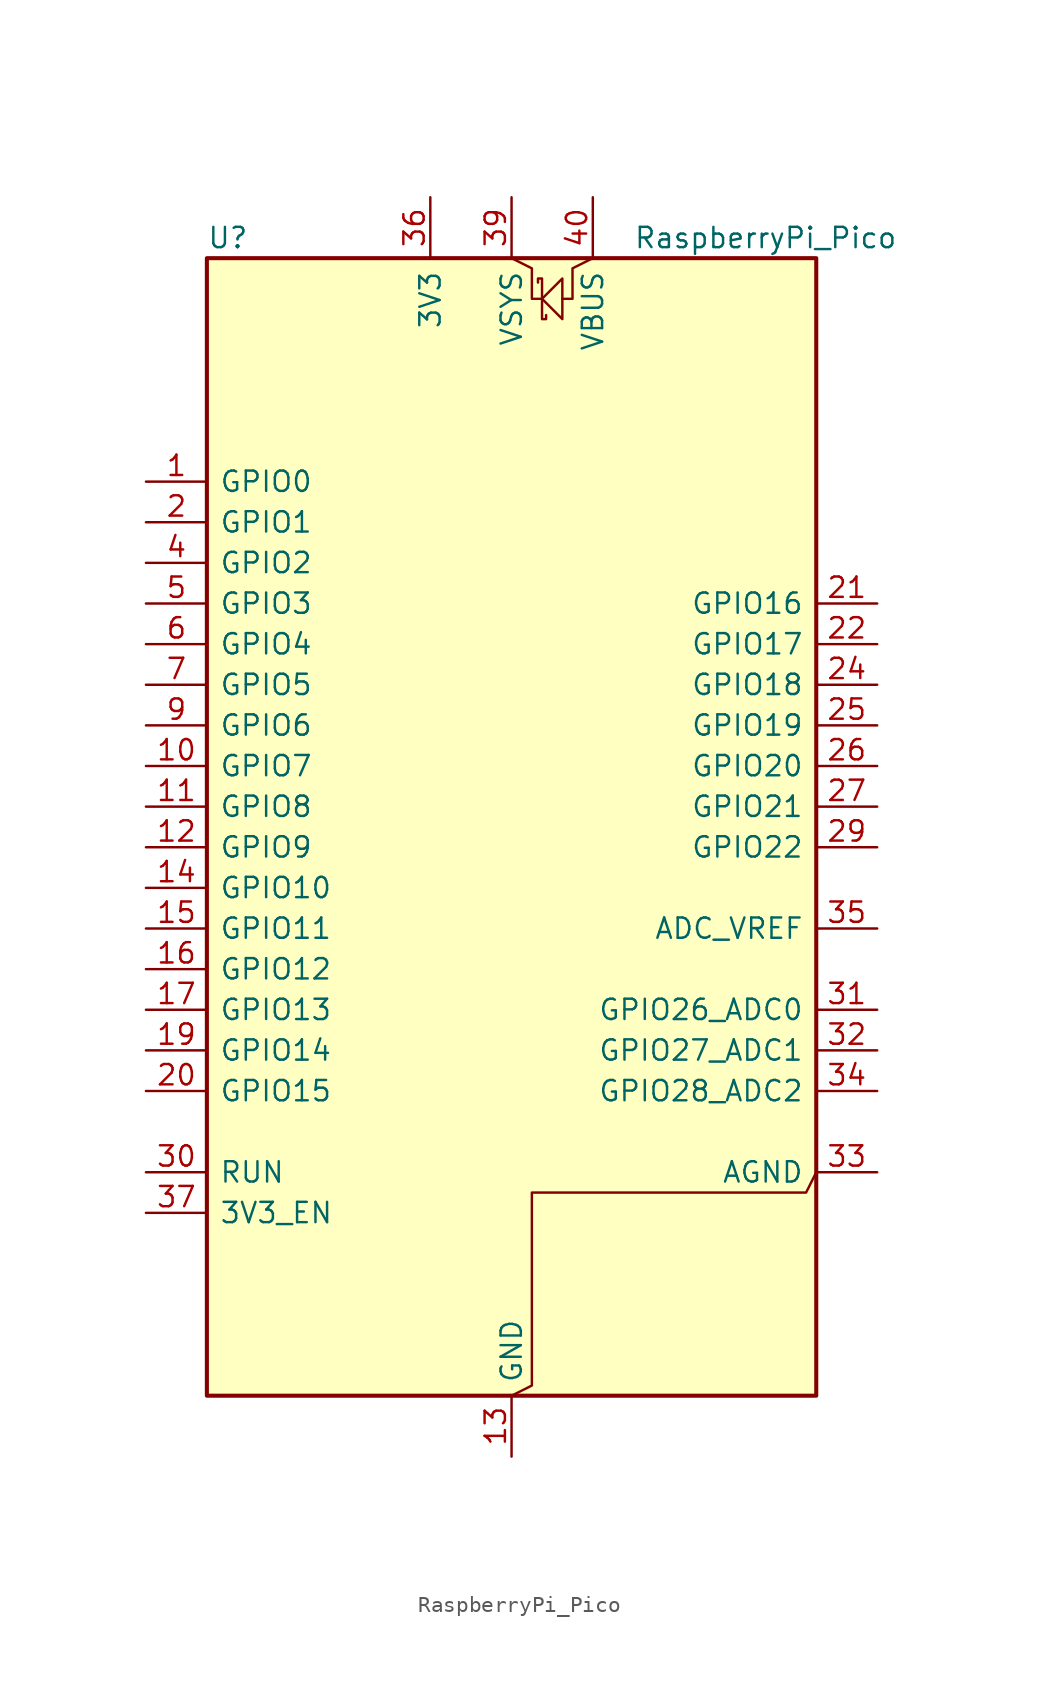
<source format=kicad_sym>
(kicad_symbol_lib
  (version 20220914)
  (generator kicad_symbol_editor)
  (symbol "RaspberryPi_Pico"
    (pin_names
      (offset 0.762))
    (property "Reference" "U"
      (at -19.05 38.1 0)
      (effects (font (size 1.27 1.27)) (justify left)))
    (property "Value" "RaspberryPi_Pico"
      (at 7.62 38.1 0)
      (effects (font (size 1.27 1.27)) (justify left)))
    (symbol "RaspberryPi_Pico_0_1"
      (rectangle (start -19.05 36.83) (end 19.05 -34.29) (stroke (width 0.254) (type default)) (fill (type background)))
      (polyline (pts (xy 0 36.83) (xy 1.27 36.195) (xy 1.27 34.29) (xy 1.905 34.29)) (stroke (width 0) (type default)) (fill (type none)))
      (polyline (pts (xy 1.905 34.29) (xy 3.175 35.56) (xy 3.175 33.02) (xy 1.905 34.29)) (stroke (width 0) (type default)) (fill (type none)))
      (polyline (pts (xy 5.08 36.83) (xy 3.81 36.195) (xy 3.81 34.29) (xy 3.175 34.29)) (stroke (width 0) (type default)) (fill (type none)))
      (polyline (pts (xy 0 -34.29) (xy 1.27 -33.655) (xy 1.27 -21.59) (xy 18.415 -21.59) (xy 19.05 -20.32)) (stroke (width 0) (type default)) (fill (type none)))
      (polyline (pts (xy 1.651 35.306) (xy 1.651 35.56) (xy 1.905 35.56) (xy 1.905 33.02) (xy 2.159 33.02) (xy 2.159 33.274)) (stroke (width 0) (type default)) (fill (type none))))
    (symbol "RaspberryPi_Pico_1_1"
      (pin bidirectional line (at -22.86 22.86 0) (length 3.81) (name "GPIO0" (effects (font (size 1.27 1.27)))) (number "1" (effects (font (size 1.27 1.27)))) (alternate "I2C0_SDA" bidirectional line) (alternate "PWM0_A" output line) (alternate "SPI0_RX" input line) (alternate "UART0_TX" output line) (alternate "USB_OVCUR_DET" input line))
      (pin bidirectional line (at -22.86 5.08 0) (length 3.81) (name "GPIO7" (effects (font (size 1.27 1.27)))) (number "10" (effects (font (size 1.27 1.27)))) (alternate "I2C1_SCL" bidirectional clock) (alternate "PWM3_B" bidirectional line) (alternate "SPI0_TX" output line) (alternate "UART1_RTS" output line) (alternate "USB_VBUS_DET" input line))
      (pin bidirectional line (at -22.86 2.54 0) (length 3.81) (name "GPIO8" (effects (font (size 1.27 1.27)))) (number "11" (effects (font (size 1.27 1.27)))) (alternate "I2C0_SDA" bidirectional line) (alternate "PWM4_A" output line) (alternate "SPI1_RX" input line) (alternate "UART1_TX" output line) (alternate "USB_VBUS_EN" output line))
      (pin bidirectional line (at -22.86 0 0) (length 3.81) (name "GPIO9" (effects (font (size 1.27 1.27)))) (number "12" (effects (font (size 1.27 1.27)))) (alternate "I2C0_SCL" bidirectional clock) (alternate "PWM4_B" bidirectional line) (alternate "UART1_RX" input line) (alternate "USB_OVCUR_DET" input line) (alternate "~{SPI1_CSn}" bidirectional line))
      (pin power_out line (at 0 -38.1 90) (length 3.81) (name "GND" (effects (font (size 1.27 1.27)))) (number "13" (effects (font (size 1.27 1.27)))) (alternate "GND_IN" power_in line))
      (pin bidirectional line (at -22.86 -2.54 0) (length 3.81) (name "GPIO10" (effects (font (size 1.27 1.27)))) (number "14" (effects (font (size 1.27 1.27)))) (alternate "I2C1_SDA" bidirectional line) (alternate "PWM5_A" output line) (alternate "SPI1_SCK" bidirectional clock) (alternate "UART1_CTS" input line) (alternate "USB_VBUS_DET" input line))
      (pin bidirectional line (at -22.86 -5.08 0) (length 3.81) (name "GPIO11" (effects (font (size 1.27 1.27)))) (number "15" (effects (font (size 1.27 1.27)))) (alternate "I2C1_SCL" bidirectional clock) (alternate "PWM5_B" bidirectional line) (alternate "SPI1_TX" output line) (alternate "UART1_RTS" output line) (alternate "USB_VBUS_EN" output line))
      (pin bidirectional line (at -22.86 -7.62 0) (length 3.81) (name "GPIO12" (effects (font (size 1.27 1.27)))) (number "16" (effects (font (size 1.27 1.27)))) (alternate "I2C0_SDA" bidirectional line) (alternate "PWM6_A" output line) (alternate "SPI1_RX" input line) (alternate "UART0_TX" output line) (alternate "USB_OVCUR_DET" input line))
      (pin bidirectional line (at -22.86 -10.16 0) (length 3.81) (name "GPIO13" (effects (font (size 1.27 1.27)))) (number "17" (effects (font (size 1.27 1.27)))) (alternate "I2C0_SCL" bidirectional clock) (alternate "PWM6_B" bidirectional line) (alternate "UART0_RX" input line) (alternate "USB_VBUS_DET" input line) (alternate "~{SPI1_CSn}" bidirectional line))
      (pin passive line (at 0 -38.1 90) (length 3.81) hide (name "GND" (effects (font (size 1.27 1.27)))) (number "18" (effects (font (size 1.27 1.27)))))
      (pin bidirectional line (at -22.86 -12.7 0) (length 3.81) (name "GPIO14" (effects (font (size 1.27 1.27)))) (number "19" (effects (font (size 1.27 1.27)))) (alternate "I2C1_SDA" bidirectional line) (alternate "PWM7_A" output line) (alternate "SPI1_SCK" bidirectional clock) (alternate "UART0_CTS" input line) (alternate "USB_VBUS_EN" output line))
      (pin bidirectional line (at -22.86 20.32 0) (length 3.81) (name "GPIO1" (effects (font (size 1.27 1.27)))) (number "2" (effects (font (size 1.27 1.27)))) (alternate "I2C0_SCL" bidirectional clock) (alternate "PWM0_B" bidirectional line) (alternate "UART0_RX" input line) (alternate "USB_VBUS_DET" passive line) (alternate "~{SPI0_CSn}" bidirectional line))
      (pin bidirectional line (at -22.86 -15.24 0) (length 3.81) (name "GPIO15" (effects (font (size 1.27 1.27)))) (number "20" (effects (font (size 1.27 1.27)))) (alternate "I2C1_SCL" bidirectional clock) (alternate "PWM7_B" bidirectional line) (alternate "SPI1_TX" output line) (alternate "UART0_RTS" output line) (alternate "USB_OVCUR_DET" input line))
      (pin bidirectional line (at 22.86 15.24 180) (length 3.81) (name "GPIO16" (effects (font (size 1.27 1.27)))) (number "21" (effects (font (size 1.27 1.27)))) (alternate "I2C0_SDA" bidirectional line) (alternate "PWM0_A" output line) (alternate "SPI0_RX" input line) (alternate "UART0_TX" output line) (alternate "USB_VBUS_DET" input line))
      (pin bidirectional line (at 22.86 12.7 180) (length 3.81) (name "GPIO17" (effects (font (size 1.27 1.27)))) (number "22" (effects (font (size 1.27 1.27)))) (alternate "I2C0_SCL" bidirectional clock) (alternate "PWM0_B" bidirectional line) (alternate "UART0_RX" input line) (alternate "USB_VBUS_EN" output line) (alternate "~{SPI0_CSn}" bidirectional line))
      (pin passive line (at 0 -38.1 90) (length 3.81) hide (name "GND" (effects (font (size 1.27 1.27)))) (number "23" (effects (font (size 1.27 1.27)))))
      (pin bidirectional line (at 22.86 10.16 180) (length 3.81) (name "GPIO18" (effects (font (size 1.27 1.27)))) (number "24" (effects (font (size 1.27 1.27)))) (alternate "I2C1_SDA" bidirectional line) (alternate "PWM1_A" output line) (alternate "SPI0_SCK" bidirectional clock) (alternate "UART0_CTS" input line) (alternate "USB_OVCUR_DET" input line))
      (pin bidirectional line (at 22.86 7.62 180) (length 3.81) (name "GPIO19" (effects (font (size 1.27 1.27)))) (number "25" (effects (font (size 1.27 1.27)))) (alternate "I2C1_SCL" bidirectional clock) (alternate "PWM1_B" bidirectional line) (alternate "SPI0_TX" output line) (alternate "UART0_RTS" output line) (alternate "USB_VBUS_DET" input line))
      (pin bidirectional line (at 22.86 5.08 180) (length 3.81) (name "GPIO20" (effects (font (size 1.27 1.27)))) (number "26" (effects (font (size 1.27 1.27)))) (alternate "CLOCK_GPIN0" input clock) (alternate "I2C0_SDA" bidirectional line) (alternate "PWM2_A" output line) (alternate "SPI0_RX" input line) (alternate "UART1_TX" output line) (alternate "USB_VBUS_EN" output line))
      (pin bidirectional line (at 22.86 2.54 180) (length 3.81) (name "GPIO21" (effects (font (size 1.27 1.27)))) (number "27" (effects (font (size 1.27 1.27)))) (alternate "CLOCK_GPOUT0" output clock) (alternate "I2C0_SCL" bidirectional clock) (alternate "PWM2_B" bidirectional line) (alternate "UART1_RX" input line) (alternate "USB_OVCUR_DET" input line) (alternate "~{SPI0_CSn}" bidirectional line))
      (pin passive line (at 0 -38.1 90) (length 3.81) hide (name "GND" (effects (font (size 1.27 1.27)))) (number "28" (effects (font (size 1.27 1.27)))))
      (pin bidirectional line (at 22.86 0 180) (length 3.81) (name "GPIO22" (effects (font (size 1.27 1.27)))) (number "29" (effects (font (size 1.27 1.27)))) (alternate "CLOCK_GPIN1" input clock) (alternate "I2C1_SDA" bidirectional line) (alternate "PWM3_A" output line) (alternate "SPI0_SCK" bidirectional clock) (alternate "UART1_CTS" input line) (alternate "USB_VBUS_DET" input line))
      (pin passive line (at 0 -38.1 90) (length 3.81) hide (name "GND" (effects (font (size 1.27 1.27)))) (number "3" (effects (font (size 1.27 1.27)))))
      (pin input line (at -22.86 -20.32 0) (length 3.81) (name "RUN" (effects (font (size 1.27 1.27)))) (number "30" (effects (font (size 1.27 1.27)))) (alternate "~{RESET}" input line))
      (pin bidirectional line (at 22.86 -10.16 180) (length 3.81) (name "GPIO26_ADC0" (effects (font (size 1.27 1.27)))) (number "31" (effects (font (size 1.27 1.27)))) (alternate "ADC0" input line) (alternate "GPIO26" bidirectional line) (alternate "I2C1_SDA" bidirectional line) (alternate "PWM5_A" output line) (alternate "SPI1_SCK" bidirectional clock) (alternate "UART1_CTS" input line) (alternate "USB_VBUS_EN" output line))
      (pin bidirectional line (at 22.86 -12.7 180) (length 3.81) (name "GPIO27_ADC1" (effects (font (size 1.27 1.27)))) (number "32" (effects (font (size 1.27 1.27)))) (alternate "ADC1" input line) (alternate "GPIO27" bidirectional line) (alternate "I2C1_SCL" bidirectional clock) (alternate "PWM5_B" bidirectional line) (alternate "SPI1_TX" output line) (alternate "UART1_RTS" output line) (alternate "USB_OVCUR_DET" input line))
      (pin power_out line (at 22.86 -20.32 180) (length 3.81) (name "AGND" (effects (font (size 1.27 1.27)))) (number "33" (effects (font (size 1.27 1.27)))) (alternate "AGND_IN" power_in line) (alternate "GND" power_out line) (alternate "GND_IN" power_in line))
      (pin bidirectional line (at 22.86 -15.24 180) (length 3.81) (name "GPIO28_ADC2" (effects (font (size 1.27 1.27)))) (number "34" (effects (font (size 1.27 1.27)))) (alternate "ADC2" input line) (alternate "GPIO28" bidirectional line) (alternate "I2C0_SDA" bidirectional line) (alternate "PWM6_A" output line) (alternate "SPI1_RX" input line) (alternate "UART0_TX" output line) (alternate "USB_VBUS_DET" input line))
      (pin input line (at 22.86 -5.08 180) (length 3.81) (name "ADC_VREF" (effects (font (size 1.27 1.27)))) (number "35" (effects (font (size 1.27 1.27)))) (alternate "ADC_VREF_POW" power_in line))
      (pin power_out line (at -5.08 40.64 270) (length 3.81) (name "3V3" (effects (font (size 1.27 1.27)))) (number "36" (effects (font (size 1.27 1.27)))))
      (pin input line (at -22.86 -22.86 0) (length 3.81) (name "3V3_EN" (effects (font (size 1.27 1.27)))) (number "37" (effects (font (size 1.27 1.27)))) (alternate "~{3V3_DISABLE}" input line))
      (pin passive line (at 0 -38.1 90) (length 3.81) hide (name "GND" (effects (font (size 1.27 1.27)))) (number "38" (effects (font (size 1.27 1.27)))))
      (pin power_in line (at 0 40.64 270) (length 3.81) (name "VSYS" (effects (font (size 1.27 1.27)))) (number "39" (effects (font (size 1.27 1.27)))) (alternate "VSYS_OUT" power_out line))
      (pin bidirectional line (at -22.86 17.78 0) (length 3.81) (name "GPIO2" (effects (font (size 1.27 1.27)))) (number "4" (effects (font (size 1.27 1.27)))) (alternate "I2C1_SDA" bidirectional line) (alternate "PWM1_A" output line) (alternate "SPI0_SCK" bidirectional clock) (alternate "UART0_CTS" input line) (alternate "USB_VBUS_DET" input line))
      (pin power_out line (at 5.08 40.64 270) (length 3.81) (name "VBUS" (effects (font (size 1.27 1.27)))) (number "40" (effects (font (size 1.27 1.27)))) (alternate "VBUS_HOST" power_in line))
      (pin bidirectional line (at -22.86 15.24 0) (length 3.81) (name "GPIO3" (effects (font (size 1.27 1.27)))) (number "5" (effects (font (size 1.27 1.27)))) (alternate "I2C1_SCL" bidirectional clock) (alternate "PWM1_B" bidirectional line) (alternate "SPI0_TX" output line) (alternate "UART0_RTS" output line) (alternate "USB_OVCUR_DET" input line))
      (pin bidirectional line (at -22.86 12.7 0) (length 3.81) (name "GPIO4" (effects (font (size 1.27 1.27)))) (number "6" (effects (font (size 1.27 1.27)))) (alternate "I2C0_SDA" bidirectional line) (alternate "PWM2_A" output line) (alternate "SPI0_RX" input line) (alternate "UART1_TX" output line) (alternate "USB_VBUS_DET" input line))
      (pin bidirectional line (at -22.86 10.16 0) (length 3.81) (name "GPIO5" (effects (font (size 1.27 1.27)))) (number "7" (effects (font (size 1.27 1.27)))) (alternate "I2C0_SCL" bidirectional clock) (alternate "PWM2_B" bidirectional line) (alternate "UART1_RX" input line) (alternate "USB_VBUS_EN" output line) (alternate "~{SPI0_CSn}" bidirectional line))
      (pin passive line (at 0 -38.1 90) (length 3.81) hide (name "GND" (effects (font (size 1.27 1.27)))) (number "8" (effects (font (size 1.27 1.27)))))
      (pin bidirectional line (at -22.86 7.62 0) (length 3.81) (name "GPIO6" (effects (font (size 1.27 1.27)))) (number "9" (effects (font (size 1.27 1.27)))) (alternate "I2C1_SDA" bidirectional line) (alternate "PWM3_A" output line) (alternate "SPI0_SCK" bidirectional clock) (alternate "UART1_CTS" input line) (alternate "USB_OVCUR_DET" input line)))))
</source>
